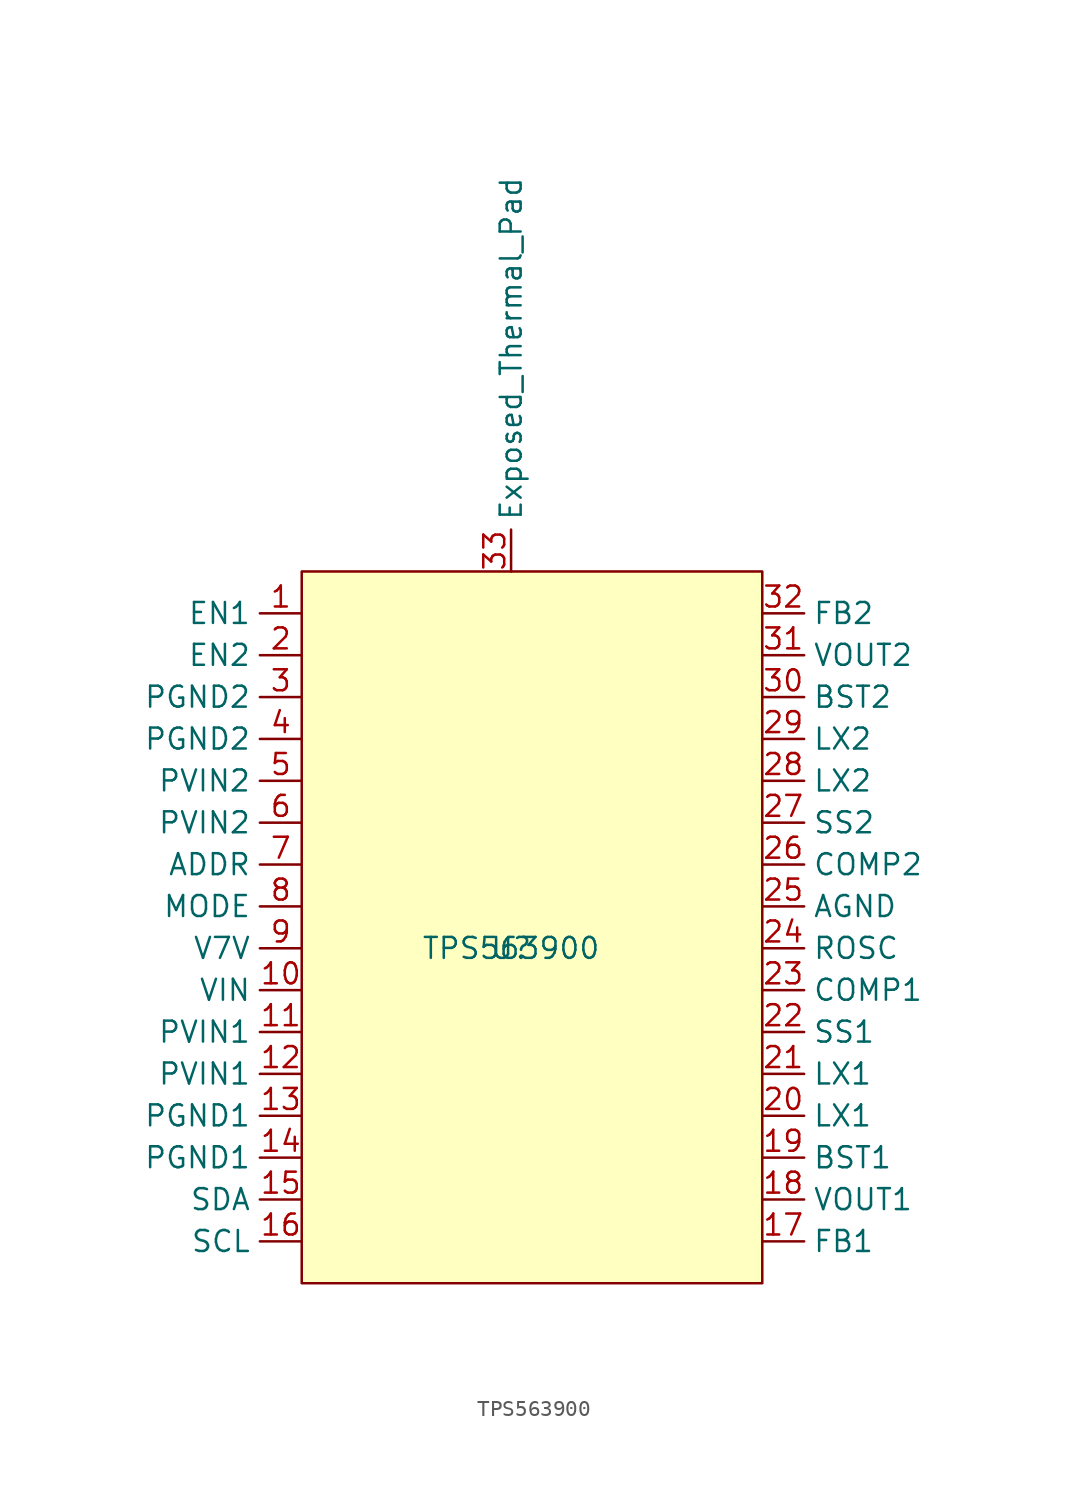
<source format=kicad_sym>
(kicad_symbol_lib
  (version 20211014)
  (generator kicad_symbol_editor)
  (symbol "TPS563900"
    (property "Reference" "U"
      (at 0 0 0)
      (effects (font (size 1.27 1.27))))
    (property "Value" "TPS563900"
      (at 0 0 0)
      (effects (font (size 1.27 1.27))))
    (symbol "TPS563900_0_1"
      (rectangle (start -12.7 22.86) (end 15.24 -20.32) (stroke (width 0) (type default) (color 0 0 0 0)) (fill (type background))))
    (symbol "TPS563900_1_1"
      (pin input line (at -12.7 20.32 180) (length 2.54) (name "EN1" (effects (font (size 1.27 1.27)))) (number "1" (effects (font (size 1.27 1.27)))))
      (pin power_in line (at -12.7 -2.54 180) (length 2.54) (name "VIN" (effects (font (size 1.27 1.27)))) (number "10" (effects (font (size 1.27 1.27)))))
      (pin power_in line (at -12.7 -5.08 180) (length 2.54) (name "PVIN1" (effects (font (size 1.27 1.27)))) (number "11" (effects (font (size 1.27 1.27)))))
      (pin power_in line (at -12.7 -7.62 180) (length 2.54) (name "PVIN1" (effects (font (size 1.27 1.27)))) (number "12" (effects (font (size 1.27 1.27)))))
      (pin power_out line (at -12.7 -10.16 180) (length 2.54) (name "PGND1" (effects (font (size 1.27 1.27)))) (number "13" (effects (font (size 1.27 1.27)))))
      (pin power_out line (at -12.7 -12.7 180) (length 2.54) (name "PGND1" (effects (font (size 1.27 1.27)))) (number "14" (effects (font (size 1.27 1.27)))))
      (pin bidirectional line (at -12.7 -15.24 180) (length 2.54) (name "SDA" (effects (font (size 1.27 1.27)))) (number "15" (effects (font (size 1.27 1.27)))))
      (pin input line (at -12.7 -17.78 180) (length 2.54) (name "SCL" (effects (font (size 1.27 1.27)))) (number "16" (effects (font (size 1.27 1.27)))))
      (pin input line (at 15.24 -17.78 0) (length 2.54) (name "FB1" (effects (font (size 1.27 1.27)))) (number "17" (effects (font (size 1.27 1.27)))))
      (pin power_out line (at 15.24 -15.24 0) (length 2.54) (name "VOUT1" (effects (font (size 1.27 1.27)))) (number "18" (effects (font (size 1.27 1.27)))))
      (pin power_in line (at 15.24 -12.7 0) (length 2.54) (name "BST1" (effects (font (size 1.27 1.27)))) (number "19" (effects (font (size 1.27 1.27)))))
      (pin input line (at -12.7 17.78 180) (length 2.54) (name "EN2" (effects (font (size 1.27 1.27)))) (number "2" (effects (font (size 1.27 1.27)))))
      (pin unspecified line (at 15.24 -10.16 0) (length 2.54) (name "LX1" (effects (font (size 1.27 1.27)))) (number "20" (effects (font (size 1.27 1.27)))))
      (pin unspecified line (at 15.24 -7.62 0) (length 2.54) (name "LX1" (effects (font (size 1.27 1.27)))) (number "21" (effects (font (size 1.27 1.27)))))
      (pin unspecified line (at 15.24 -5.08 0) (length 2.54) (name "SS1" (effects (font (size 1.27 1.27)))) (number "22" (effects (font (size 1.27 1.27)))))
      (pin output line (at 15.24 -2.54 0) (length 2.54) (name "COMP1" (effects (font (size 1.27 1.27)))) (number "23" (effects (font (size 1.27 1.27)))))
      (pin input line (at 15.24 0 0) (length 2.54) (name "ROSC" (effects (font (size 1.27 1.27)))) (number "24" (effects (font (size 1.27 1.27)))))
      (pin power_out line (at 15.24 2.54 0) (length 2.54) (name "AGND" (effects (font (size 1.27 1.27)))) (number "25" (effects (font (size 1.27 1.27)))))
      (pin output line (at 15.24 5.08 0) (length 2.54) (name "COMP2" (effects (font (size 1.27 1.27)))) (number "26" (effects (font (size 1.27 1.27)))))
      (pin unspecified line (at 15.24 7.62 0) (length 2.54) (name "SS2" (effects (font (size 1.27 1.27)))) (number "27" (effects (font (size 1.27 1.27)))))
      (pin bidirectional line (at 15.24 10.16 0) (length 2.54) (name "LX2" (effects (font (size 1.27 1.27)))) (number "28" (effects (font (size 1.27 1.27)))))
      (pin bidirectional line (at 15.24 12.7 0) (length 2.54) (name "LX2" (effects (font (size 1.27 1.27)))) (number "29" (effects (font (size 1.27 1.27)))))
      (pin power_out line (at -12.7 15.24 180) (length 2.54) (name "PGND2" (effects (font (size 1.27 1.27)))) (number "3" (effects (font (size 1.27 1.27)))))
      (pin power_in line (at 15.24 15.24 0) (length 2.54) (name "BST2" (effects (font (size 1.27 1.27)))) (number "30" (effects (font (size 1.27 1.27)))))
      (pin power_out line (at 15.24 17.78 0) (length 2.54) (name "VOUT2" (effects (font (size 1.27 1.27)))) (number "31" (effects (font (size 1.27 1.27)))))
      (pin input line (at 15.24 20.32 0) (length 2.54) (name "FB2" (effects (font (size 1.27 1.27)))) (number "32" (effects (font (size 1.27 1.27)))))
      (pin power_out line (at 0 22.86 90) (length 2.54) (name "Exposed_Thermal_Pad" (effects (font (size 1.27 1.27)))) (number "33" (effects (font (size 1.27 1.27)))))
      (pin power_out line (at -12.7 12.7 180) (length 2.54) (name "PGND2" (effects (font (size 1.27 1.27)))) (number "4" (effects (font (size 1.27 1.27)))))
      (pin power_in line (at -12.7 10.16 180) (length 2.54) (name "PVIN2" (effects (font (size 1.27 1.27)))) (number "5" (effects (font (size 1.27 1.27)))))
      (pin power_in line (at -12.7 7.62 180) (length 2.54) (name "PVIN2" (effects (font (size 1.27 1.27)))) (number "6" (effects (font (size 1.27 1.27)))))
      (pin input line (at -12.7 5.08 180) (length 2.54) (name "ADDR" (effects (font (size 1.27 1.27)))) (number "7" (effects (font (size 1.27 1.27)))))
      (pin input line (at -12.7 2.54 180) (length 2.54) (name "MODE" (effects (font (size 1.27 1.27)))) (number "8" (effects (font (size 1.27 1.27)))))
      (pin output line (at -12.7 0 180) (length 2.54) (name "V7V" (effects (font (size 1.27 1.27)))) (number "9" (effects (font (size 1.27 1.27))))))))
</source>
